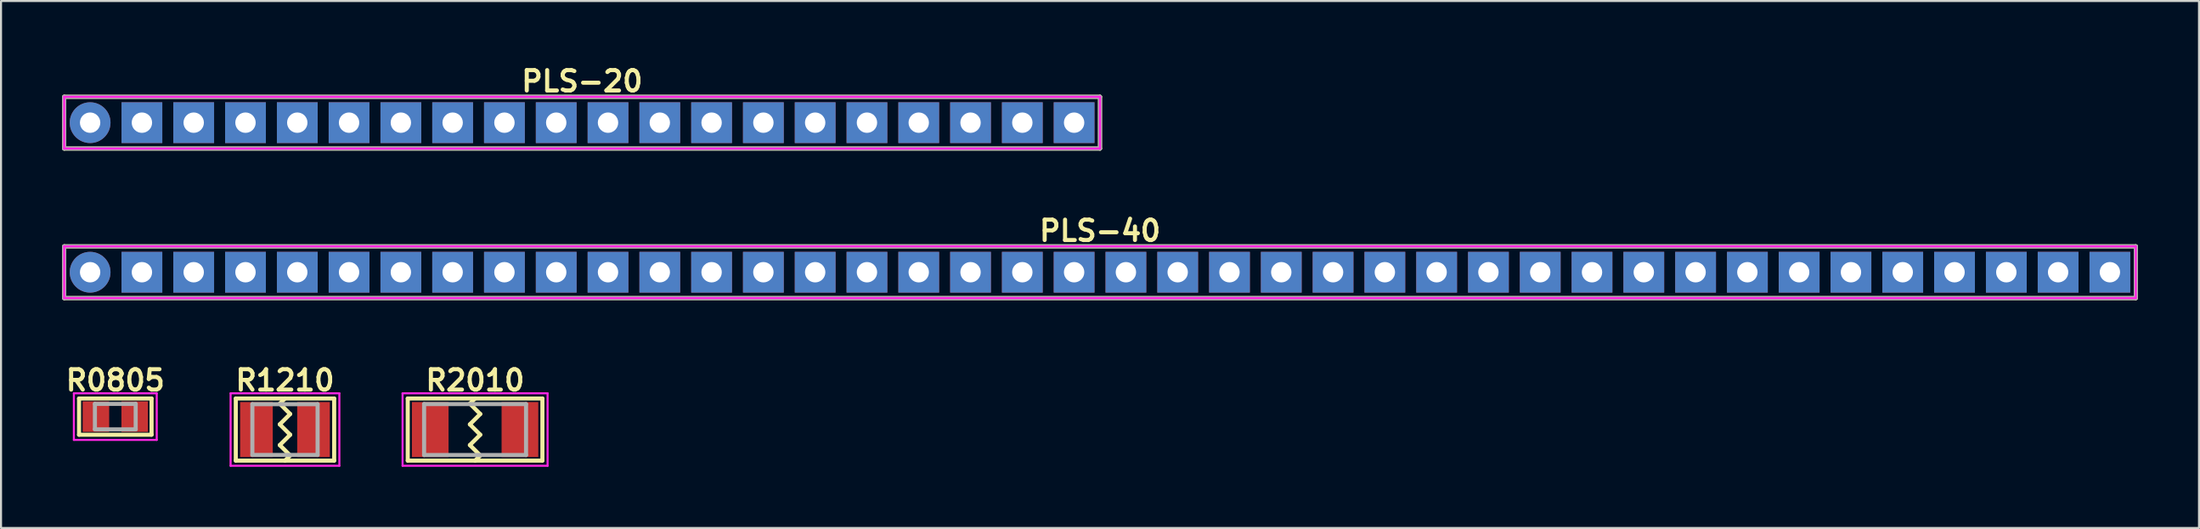
<source format=kicad_pcb>
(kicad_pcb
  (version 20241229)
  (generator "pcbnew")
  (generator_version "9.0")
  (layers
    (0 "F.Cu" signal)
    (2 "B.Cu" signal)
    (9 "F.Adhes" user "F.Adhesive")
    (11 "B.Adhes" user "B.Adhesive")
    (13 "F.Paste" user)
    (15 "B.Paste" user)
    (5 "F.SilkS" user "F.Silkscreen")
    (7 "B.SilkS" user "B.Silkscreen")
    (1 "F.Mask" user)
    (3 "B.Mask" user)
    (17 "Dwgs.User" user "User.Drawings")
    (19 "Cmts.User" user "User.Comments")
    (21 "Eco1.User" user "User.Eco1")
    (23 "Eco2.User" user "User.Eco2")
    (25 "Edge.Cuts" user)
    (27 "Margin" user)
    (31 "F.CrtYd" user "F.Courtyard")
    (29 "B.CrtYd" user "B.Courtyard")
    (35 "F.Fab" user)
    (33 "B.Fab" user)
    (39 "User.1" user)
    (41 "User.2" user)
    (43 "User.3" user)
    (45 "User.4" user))
  (footprint "R1210"
    (layer "F.Cu")
    (at 10.927 18.025)
    (property "Reference" "R1210" (at 0 -2.413 0) (layer "F.SilkS") (effects (font (size 1 1) (thickness 0.2))))
    (attr through_hole)
    (fp_line (start -2.413 -1.524) (end -2.413 1.524) (stroke (width 0.2) (type solid)) (layer "F.SilkS"))
    (fp_line (start -2.413 -1.524) (end 2.413 -1.524) (stroke (width 0.2) (type solid)) (layer "F.SilkS"))
    (fp_line (start -2.413 1.524) (end 2.413 1.524) (stroke (width 0.2) (type solid)) (layer "F.SilkS"))
    (fp_line (start -0.254 -1.27) (end 0 -1.524) (stroke (width 0.2) (type solid)) (layer "F.SilkS"))
    (fp_line (start -0.254 -0.254) (end 0.254 -0.762) (stroke (width 0.2) (type solid)) (layer "F.SilkS"))
    (fp_line (start -0.254 -0.254) (end 0.254 0.254) (stroke (width 0.2) (type solid)) (layer "F.SilkS"))
    (fp_line (start -0.254 0.762) (end 0.254 1.27) (stroke (width 0.2) (type solid)) (layer "F.SilkS"))
    (fp_line (start 0.254 -0.762) (end -0.254 -1.27) (stroke (width 0.2) (type solid)) (layer "F.SilkS"))
    (fp_line (start 0.254 0.254) (end -0.254 0.762) (stroke (width 0.2) (type solid)) (layer "F.SilkS"))
    (fp_line (start 0.254 1.27) (end 0 1.524) (stroke (width 0.2) (type solid)) (layer "F.SilkS"))
    (fp_line (start 2.413 -1.524) (end 2.413 1.524) (stroke (width 0.2) (type solid)) (layer "F.SilkS"))
    (fp_line (start -2.667 -1.778) (end 2.667 -1.778) (stroke (width 0.1) (type solid)) (layer "F.CrtYd"))
    (fp_line (start -2.667 1.778) (end -2.667 -1.778) (stroke (width 0.1) (type solid)) (layer "F.CrtYd"))
    (fp_line (start 2.667 -1.778) (end 2.667 1.778) (stroke (width 0.1) (type solid)) (layer "F.CrtYd"))
    (fp_line (start 2.667 1.778) (end -2.667 1.778) (stroke (width 0.1) (type solid)) (layer "F.CrtYd"))
    (fp_line (start -1.6 -1.245) (end -1.6 1.245) (stroke (width 0.2) (type solid)) (layer "F.Fab"))
    (fp_line (start -1.6 -1.245) (end 1.6 -1.245) (stroke (width 0.2) (type solid)) (layer "F.Fab"))
    (fp_line (start -1.6 1.245) (end 1.6 1.245) (stroke (width 0.2) (type solid)) (layer "F.Fab"))
    (fp_line (start 1.6 -1.245) (end 1.6 1.245) (stroke (width 0.2) (type solid)) (layer "F.Fab"))
    (pad "1" smd rect (at -1.4 0) (size 1.6 2.7) (layers "F.Cu" "F.Mask" "F.Paste"))
    (pad "2" smd rect (at 1.4 0) (size 1.6 2.7) (layers "F.Cu" "F.Mask" "F.Paste")))
  (footprint "PLS-40"
    (layer "F.Cu")
    (at 50.9 10.306)
    (property "Reference" "PLS-40" (at 0 -2.032 0) (layer "F.SilkS") (effects (font (size 1 1) (thickness 0.2))))
    (attr through_hole)
    (fp_line (start -50.8 -1.27) (end -50.8 1.27) (stroke (width 0.2) (type solid)) (layer "F.SilkS"))
    (fp_line (start -50.8 -1.27) (end 50.8 -1.27) (stroke (width 0.2) (type solid)) (layer "F.SilkS"))
    (fp_line (start -50.8 1.27) (end 50.8 1.27) (stroke (width 0.2) (type solid)) (layer "F.SilkS"))
    (fp_line (start 50.8 -1.27) (end 50.8 1.27) (stroke (width 0.2) (type solid)) (layer "F.SilkS"))
    (fp_line (start -50.8 -1.27) (end -50.8 1.27) (stroke (width 0.1) (type solid)) (layer "F.CrtYd"))
    (fp_line (start -50.8 -1.27) (end 50.8 -1.27) (stroke (width 0.1) (type solid)) (layer "F.CrtYd"))
    (fp_line (start -50.8 1.27) (end 50.8 1.27) (stroke (width 0.1) (type solid)) (layer "F.CrtYd"))
    (fp_line (start 50.8 -1.27) (end 50.8 1.27) (stroke (width 0.1) (type solid)) (layer "F.CrtYd"))
    (fp_line (start -50.8 -1.27) (end -50.8 1.27) (stroke (width 0.2) (type solid)) (layer "F.Fab"))
    (fp_line (start -50.8 -1.27) (end 50.8 -1.27) (stroke (width 0.2) (type solid)) (layer "F.Fab"))
    (fp_line (start -50.8 1.27) (end 50.8 1.27) (stroke (width 0.2) (type solid)) (layer "F.Fab"))
    (fp_line (start 50.8 -1.27) (end 50.8 1.27) (stroke (width 0.2) (type solid)) (layer "F.Fab"))
    (pad "1" thru_hole circle (at -49.53 0) (size 2 2) (drill 1) (layers "B.Cu" "B.Mask"))
    (pad "2" thru_hole rect (at -46.99 0) (size 2 2) (drill 1) (layers "B.Cu" "B.Mask"))
    (pad "3" thru_hole rect (at -44.45 0) (size 2 2) (drill 1) (layers "B.Cu" "B.Mask"))
    (pad "4" thru_hole rect (at -41.91 0) (size 2 2) (drill 1) (layers "B.Cu" "B.Mask"))
    (pad "5" thru_hole rect (at -39.37 0) (size 2 2) (drill 1) (layers "B.Cu" "B.Mask"))
    (pad "6" thru_hole rect (at -36.83 0) (size 2 2) (drill 1) (layers "B.Cu" "B.Mask"))
    (pad "7" thru_hole rect (at -34.29 0) (size 2 2) (drill 1) (layers "B.Cu" "B.Mask"))
    (pad "8" thru_hole rect (at -31.75 0) (size 2 2) (drill 1) (layers "B.Cu" "B.Mask"))
    (pad "9" thru_hole rect (at -29.21 0) (size 2 2) (drill 1) (layers "B.Cu" "B.Mask"))
    (pad "10" thru_hole rect (at -26.67 0) (size 2 2) (drill 1) (layers "B.Cu" "B.Mask"))
    (pad "11" thru_hole rect (at -24.13 0) (size 2 2) (drill 1) (layers "B.Cu" "B.Mask"))
    (pad "12" thru_hole rect (at -21.59 0) (size 2 2) (drill 1) (layers "B.Cu" "B.Mask"))
    (pad "13" thru_hole rect (at -19.05 0) (size 2 2) (drill 1) (layers "B.Cu" "B.Mask"))
    (pad "14" thru_hole rect (at -16.51 0) (size 2 2) (drill 1) (layers "B.Cu" "B.Mask"))
    (pad "15" thru_hole rect (at -13.97 0) (size 2 2) (drill 1) (layers "B.Cu" "B.Mask"))
    (pad "16" thru_hole rect (at -11.43 0) (size 2 2) (drill 1) (layers "B.Cu" "B.Mask"))
    (pad "17" thru_hole rect (at -8.89 0) (size 2 2) (drill 1) (layers "B.Cu" "B.Mask"))
    (pad "18" thru_hole rect (at -6.35 0) (size 2 2) (drill 1) (layers "B.Cu" "B.Mask"))
    (pad "19" thru_hole rect (at -3.81 0) (size 2 2) (drill 1) (layers "B.Cu" "B.Mask"))
    (pad "20" thru_hole rect (at -1.27 0) (size 2 2) (drill 1) (layers "B.Cu" "B.Mask"))
    (pad "21" thru_hole rect (at 1.27 0) (size 2 2) (drill 1) (layers "B.Cu" "B.Mask"))
    (pad "22" thru_hole rect (at 3.81 0) (size 2 2) (drill 1) (layers "B.Cu" "B.Mask"))
    (pad "23" thru_hole rect (at 6.35 0) (size 2 2) (drill 1) (layers "B.Cu" "B.Mask"))
    (pad "24" thru_hole rect (at 8.89 0) (size 2 2) (drill 1) (layers "B.Cu" "B.Mask"))
    (pad "25" thru_hole rect (at 11.43 0) (size 2 2) (drill 1) (layers "B.Cu" "B.Mask"))
    (pad "26" thru_hole rect (at 13.97 0) (size 2 2) (drill 1) (layers "B.Cu" "B.Mask"))
    (pad "27" thru_hole rect (at 16.51 0) (size 2 2) (drill 1) (layers "B.Cu" "B.Mask"))
    (pad "28" thru_hole rect (at 19.05 0) (size 2 2) (drill 1) (layers "B.Cu" "B.Mask"))
    (pad "29" thru_hole rect (at 21.59 0) (size 2 2) (drill 1) (layers "B.Cu" "B.Mask"))
    (pad "30" thru_hole rect (at 24.13 0) (size 2 2) (drill 1) (layers "B.Cu" "B.Mask"))
    (pad "31" thru_hole rect (at 26.67 0) (size 2 2) (drill 1) (layers "B.Cu" "B.Mask"))
    (pad "32" thru_hole rect (at 29.21 0) (size 2 2) (drill 1) (layers "B.Cu" "B.Mask"))
    (pad "33" thru_hole rect (at 31.75 0) (size 2 2) (drill 1) (layers "B.Cu" "B.Mask"))
    (pad "34" thru_hole rect (at 34.29 0) (size 2 2) (drill 1) (layers "B.Cu" "B.Mask"))
    (pad "35" thru_hole rect (at 36.83 0) (size 2 2) (drill 1) (layers "B.Cu" "B.Mask"))
    (pad "36" thru_hole rect (at 39.37 0) (size 2 2) (drill 1) (layers "B.Cu" "B.Mask"))
    (pad "37" thru_hole rect (at 41.91 0) (size 2 2) (drill 1) (layers "B.Cu" "B.Mask"))
    (pad "38" thru_hole rect (at 44.45 0) (size 2 2) (drill 1) (layers "B.Cu" "B.Mask"))
    (pad "39" thru_hole rect (at 46.99 0) (size 2 2) (drill 1) (layers "B.Cu" "B.Mask"))
    (pad "40" thru_hole rect (at 49.53 0) (size 2 2) (drill 1) (layers "B.Cu" "B.Mask")))
  (footprint "PLS-20"
    (layer "F.Cu")
    (at 25.5 2.968)
    (property "Reference" "PLS-20" (at 0 -2.032 0) (layer "F.SilkS") (effects (font (size 1 1) (thickness 0.2))))
    (attr through_hole)
    (fp_line (start -25.4 -1.27) (end -25.4 1.27) (stroke (width 0.2) (type solid)) (layer "F.SilkS"))
    (fp_line (start -25.4 -1.27) (end 25.4 -1.27) (stroke (width 0.2) (type solid)) (layer "F.SilkS"))
    (fp_line (start -25.4 1.27) (end 25.4 1.27) (stroke (width 0.2) (type solid)) (layer "F.SilkS"))
    (fp_line (start 25.4 -1.27) (end 25.4 1.27) (stroke (width 0.2) (type solid)) (layer "F.SilkS"))
    (fp_line (start -25.4 -1.27) (end -25.4 1.27) (stroke (width 0.1) (type solid)) (layer "F.CrtYd"))
    (fp_line (start -25.4 -1.27) (end 25.4 -1.27) (stroke (width 0.1) (type solid)) (layer "F.CrtYd"))
    (fp_line (start -25.4 1.27) (end 25.4 1.27) (stroke (width 0.1) (type solid)) (layer "F.CrtYd"))
    (fp_line (start 25.4 -1.27) (end 25.4 1.27) (stroke (width 0.1) (type solid)) (layer "F.CrtYd"))
    (fp_line (start -25.4 -1.27) (end -25.4 1.27) (stroke (width 0.2) (type solid)) (layer "F.Fab"))
    (fp_line (start -25.4 -1.27) (end 25.4 -1.27) (stroke (width 0.2) (type solid)) (layer "F.Fab"))
    (fp_line (start -25.4 1.27) (end 25.4 1.27) (stroke (width 0.2) (type solid)) (layer "F.Fab"))
    (fp_line (start 25.4 -1.27) (end 25.4 1.27) (stroke (width 0.2) (type solid)) (layer "F.Fab"))
    (pad "1" thru_hole circle (at -24.13 0) (size 2 2) (drill 1) (layers "B.Cu" "B.Mask"))
    (pad "2" thru_hole rect (at -21.59 0) (size 2 2) (drill 1) (layers "B.Cu" "B.Mask"))
    (pad "3" thru_hole rect (at -19.05 0) (size 2 2) (drill 1) (layers "B.Cu" "B.Mask"))
    (pad "4" thru_hole rect (at -16.51 0) (size 2 2) (drill 1) (layers "B.Cu" "B.Mask"))
    (pad "5" thru_hole rect (at -13.97 0) (size 2 2) (drill 1) (layers "B.Cu" "B.Mask"))
    (pad "6" thru_hole rect (at -11.43 0) (size 2 2) (drill 1) (layers "B.Cu" "B.Mask"))
    (pad "7" thru_hole rect (at -8.89 0) (size 2 2) (drill 1) (layers "B.Cu" "B.Mask"))
    (pad "8" thru_hole rect (at -6.35 0) (size 2 2) (drill 1) (layers "B.Cu" "B.Mask"))
    (pad "9" thru_hole rect (at -3.81 0) (size 2 2) (drill 1) (layers "B.Cu" "B.Mask"))
    (pad "10" thru_hole rect (at -1.27 0) (size 2 2) (drill 1) (layers "B.Cu" "B.Mask"))
    (pad "11" thru_hole rect (at 1.27 0) (size 2 2) (drill 1) (layers "B.Cu" "B.Mask"))
    (pad "12" thru_hole rect (at 3.81 0) (size 2 2) (drill 1) (layers "B.Cu" "B.Mask"))
    (pad "13" thru_hole rect (at 6.35 0) (size 2 2) (drill 1) (layers "B.Cu" "B.Mask"))
    (pad "14" thru_hole rect (at 8.89 0) (size 2 2) (drill 1) (layers "B.Cu" "B.Mask"))
    (pad "15" thru_hole rect (at 11.43 0) (size 2 2) (drill 1) (layers "B.Cu" "B.Mask"))
    (pad "16" thru_hole rect (at 13.97 0) (size 2 2) (drill 1) (layers "B.Cu" "B.Mask"))
    (pad "17" thru_hole rect (at 16.51 0) (size 2 2) (drill 1) (layers "B.Cu" "B.Mask"))
    (pad "18" thru_hole rect (at 19.05 0) (size 2 2) (drill 1) (layers "B.Cu" "B.Mask"))
    (pad "19" thru_hole rect (at 21.59 0) (size 2 2) (drill 1) (layers "B.Cu" "B.Mask"))
    (pad "20" thru_hole rect (at 24.13 0) (size 2 2) (drill 1) (layers "B.Cu" "B.Mask")))
  (footprint "R0805"
    (layer "F.Cu")
    (at 2.605 17.39)
    (property "Reference" "R0805" (at 0 -1.778 0) (layer "F.SilkS") (effects (font (size 1 1) (thickness 0.2))))
    (attr through_hole)
    (fp_line (start -1.778 -0.889) (end 1.778 -0.889) (stroke (width 0.2) (type solid)) (layer "F.SilkS"))
    (fp_line (start -1.778 0.889) (end -1.778 -0.889) (stroke (width 0.2) (type solid)) (layer "F.SilkS"))
    (fp_line (start -1.778 0.889) (end 1.778 0.889) (stroke (width 0.2) (type solid)) (layer "F.SilkS"))
    (fp_line (start 1.778 -0.889) (end 1.778 0.889) (stroke (width 0.2) (type solid)) (layer "F.SilkS"))
    (fp_line (start -2.032 -1.143) (end 2.032 -1.143) (stroke (width 0.1) (type solid)) (layer "F.CrtYd"))
    (fp_line (start -2.032 1.143) (end -2.032 -1.143) (stroke (width 0.1) (type solid)) (layer "F.CrtYd"))
    (fp_line (start 2.032 -1.143) (end 2.032 1.143) (stroke (width 0.1) (type solid)) (layer "F.CrtYd"))
    (fp_line (start 2.032 1.143) (end -2.032 1.143) (stroke (width 0.1) (type solid)) (layer "F.CrtYd"))
    (fp_line (start -1 -0.625) (end -1 0.625) (stroke (width 0.2) (type solid)) (layer "F.Fab"))
    (fp_line (start -1 -0.625) (end 1 -0.625) (stroke (width 0.2) (type solid)) (layer "F.Fab"))
    (fp_line (start -1 0.625) (end 1 0.625) (stroke (width 0.2) (type solid)) (layer "F.Fab"))
    (fp_line (start 1 -0.625) (end 1 0.625) (stroke (width 0.2) (type solid)) (layer "F.Fab"))
    (pad "1" smd rect (at -0.95 0) (size 1.3 1.5) (layers "F.Cu" "F.Mask" "F.Paste"))
    (pad "2" smd rect (at 0.95 0) (size 1.3 1.5) (layers "F.Cu" "F.Mask" "F.Paste")))
  (footprint "R2010"
    (layer "F.Cu")
    (at 20.25 18.025)
    (property "Reference" "R2010" (at 0 -2.413 0) (layer "F.SilkS") (effects (font (size 1 1) (thickness 0.2))))
    (attr through_hole)
    (fp_line (start -3.302 -1.524) (end -3.302 1.524) (stroke (width 0.2) (type solid)) (layer "F.SilkS"))
    (fp_line (start -3.302 -1.524) (end 3.302 -1.524) (stroke (width 0.2) (type solid)) (layer "F.SilkS"))
    (fp_line (start -3.302 1.524) (end 3.302 1.524) (stroke (width 0.2) (type solid)) (layer "F.SilkS"))
    (fp_line (start -0.254 -1.27) (end 0 -1.524) (stroke (width 0.2) (type solid)) (layer "F.SilkS"))
    (fp_line (start -0.254 -0.254) (end 0.254 -0.762) (stroke (width 0.2) (type solid)) (layer "F.SilkS"))
    (fp_line (start -0.254 -0.254) (end 0.254 0.254) (stroke (width 0.2) (type solid)) (layer "F.SilkS"))
    (fp_line (start -0.254 0.762) (end 0.254 1.27) (stroke (width 0.2) (type solid)) (layer "F.SilkS"))
    (fp_line (start 0.254 -0.762) (end -0.254 -1.27) (stroke (width 0.2) (type solid)) (layer "F.SilkS"))
    (fp_line (start 0.254 0.254) (end -0.254 0.762) (stroke (width 0.2) (type solid)) (layer "F.SilkS"))
    (fp_line (start 0.254 1.27) (end 0 1.524) (stroke (width 0.2) (type solid)) (layer "F.SilkS"))
    (fp_line (start 3.302 -1.524) (end 3.302 1.524) (stroke (width 0.2) (type solid)) (layer "F.SilkS"))
    (fp_line (start -3.556 -1.778) (end 3.556 -1.778) (stroke (width 0.1) (type solid)) (layer "F.CrtYd"))
    (fp_line (start -3.556 1.778) (end -3.556 -1.778) (stroke (width 0.1) (type solid)) (layer "F.CrtYd"))
    (fp_line (start 3.556 -1.778) (end 3.556 1.778) (stroke (width 0.1) (type solid)) (layer "F.CrtYd"))
    (fp_line (start 3.556 1.778) (end -3.556 1.778) (stroke (width 0.1) (type solid)) (layer "F.CrtYd"))
    (fp_line (start -2.5 -1.25) (end -2.5 1.25) (stroke (width 0.2) (type solid)) (layer "F.Fab"))
    (fp_line (start -2.5 -1.25) (end 2.5 -1.25) (stroke (width 0.2) (type solid)) (layer "F.Fab"))
    (fp_line (start -2.5 1.25) (end 2.5 1.25) (stroke (width 0.2) (type solid)) (layer "F.Fab"))
    (fp_line (start 2.5 -1.25) (end 2.5 1.25) (stroke (width 0.2) (type solid)) (layer "F.Fab"))
    (pad "1" smd rect (at -2.2 0) (size 1.8 2.7) (layers "F.Cu" "F.Mask" "F.Paste"))
    (pad "2" smd rect (at 2.2 0) (size 1.8 2.7) (layers "F.Cu" "F.Mask" "F.Paste")))
  (gr_rect
    (start -3 -3)
    (end 104.8 22.853)
    (stroke (width 0.1) (type default))
    (fill no)
    (layer "Edge.Cuts")))
</source>
